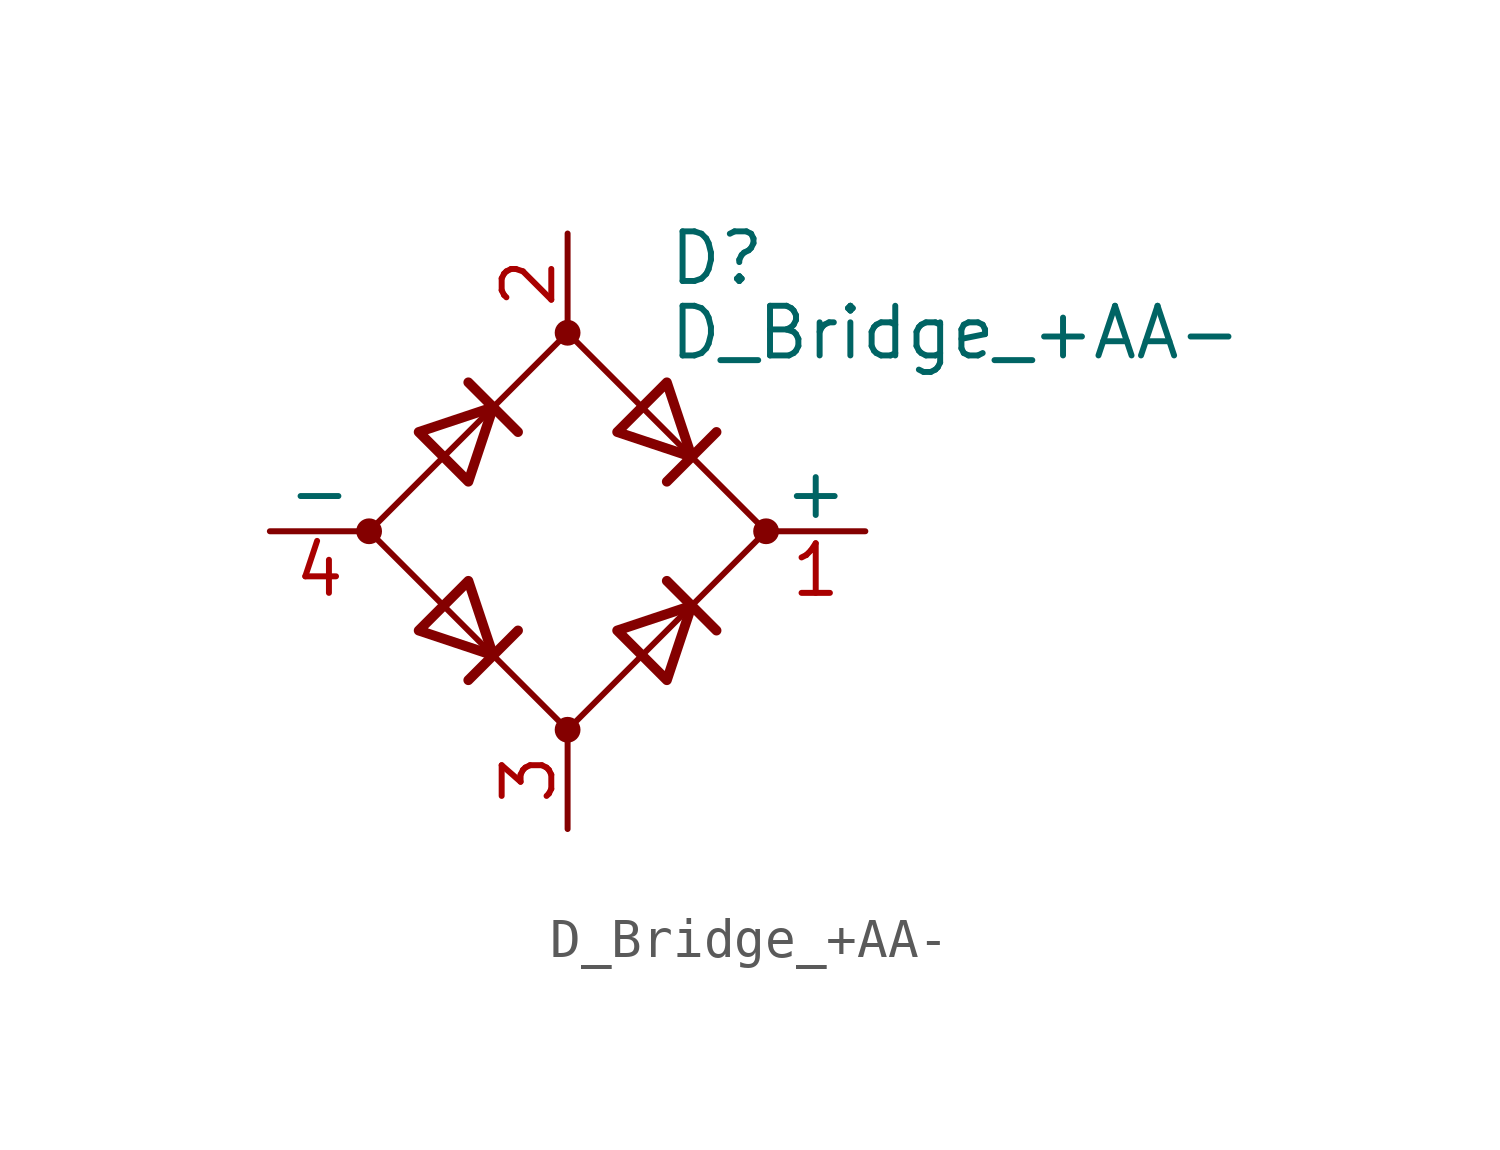
<source format=kicad_sym>
(kicad_symbol_lib
  (version 20201005)
  (generator kicad_symbol_editor)
  (symbol "D_Bridge_+AA-"
    (pin_names
      (offset 0))
    (property "Reference" "D"
      (at 2.54 6.985 0)
      (effects (font (size 1.27 1.27)) (justify left)))
    (property "Value" "D_Bridge_+AA-"
      (at 2.54 5.08 0)
      (effects (font (size 1.27 1.27)) (justify left)))
    (symbol "D_Bridge_+AA-_0_1"
      (circle (center -5.08 0) (radius 0.254) (stroke (width 0)) (fill (type outline)))
      (circle (center 0 -5.08) (radius 0.254) (stroke (width 0)) (fill (type outline)))
      (circle (center 0 5.08) (radius 0.254) (stroke (width 0)) (fill (type outline)))
      (circle (center 5.08 0) (radius 0.254) (stroke (width 0)) (fill (type outline)))
      (polyline (pts (xy -2.54 3.81) (xy -1.27 2.54)) (stroke (width 0.254)) (fill (type none)))
      (polyline (pts (xy -1.27 -2.54) (xy -2.54 -3.81)) (stroke (width 0.254)) (fill (type none)))
      (polyline (pts (xy 2.54 -1.27) (xy 3.81 -2.54)) (stroke (width 0.254)) (fill (type none)))
      (polyline (pts (xy 2.54 1.27) (xy 3.81 2.54)) (stroke (width 0.254)) (fill (type none)))
      (polyline (pts (xy -3.81 2.54) (xy -2.54 1.27) (xy -1.905 3.175) (xy -3.81 2.54)) (stroke (width 0.254)) (fill (type none)))
      (polyline (pts (xy -2.54 -1.27) (xy -3.81 -2.54) (xy -1.905 -3.175) (xy -2.54 -1.27)) (stroke (width 0.254)) (fill (type none)))
      (polyline (pts (xy 1.27 2.54) (xy 2.54 3.81) (xy 3.175 1.905) (xy 1.27 2.54)) (stroke (width 0.254)) (fill (type none)))
      (polyline (pts (xy 3.175 -1.905) (xy 1.27 -2.54) (xy 2.54 -3.81) (xy 3.175 -1.905)) (stroke (width 0.254)) (fill (type none)))
      (polyline (pts (xy -5.08 0) (xy 0 -5.08) (xy 5.08 0) (xy 0 5.08) (xy -5.08 0)) (stroke (width 0)) (fill (type none))))
    (symbol "D_Bridge_+AA-_1_1"
      (pin passive line (at 7.62 0 180) (length 2.54) (name "+" (effects (font (size 1.27 1.27)))) (number "1" (effects (font (size 1.27 1.27)))))
      (pin passive line (at 0 7.62 270) (length 2.54) (name "~~" (effects (font (size 1.27 1.27)))) (number "2" (effects (font (size 1.27 1.27)))))
      (pin passive line (at 0 -7.62 90) (length 2.54) (name "~~" (effects (font (size 1.27 1.27)))) (number "3" (effects (font (size 1.27 1.27)))))
      (pin passive line (at -7.62 0 0) (length 2.54) (name "-" (effects (font (size 1.27 1.27)))) (number "4" (effects (font (size 1.27 1.27))))))))
</source>
